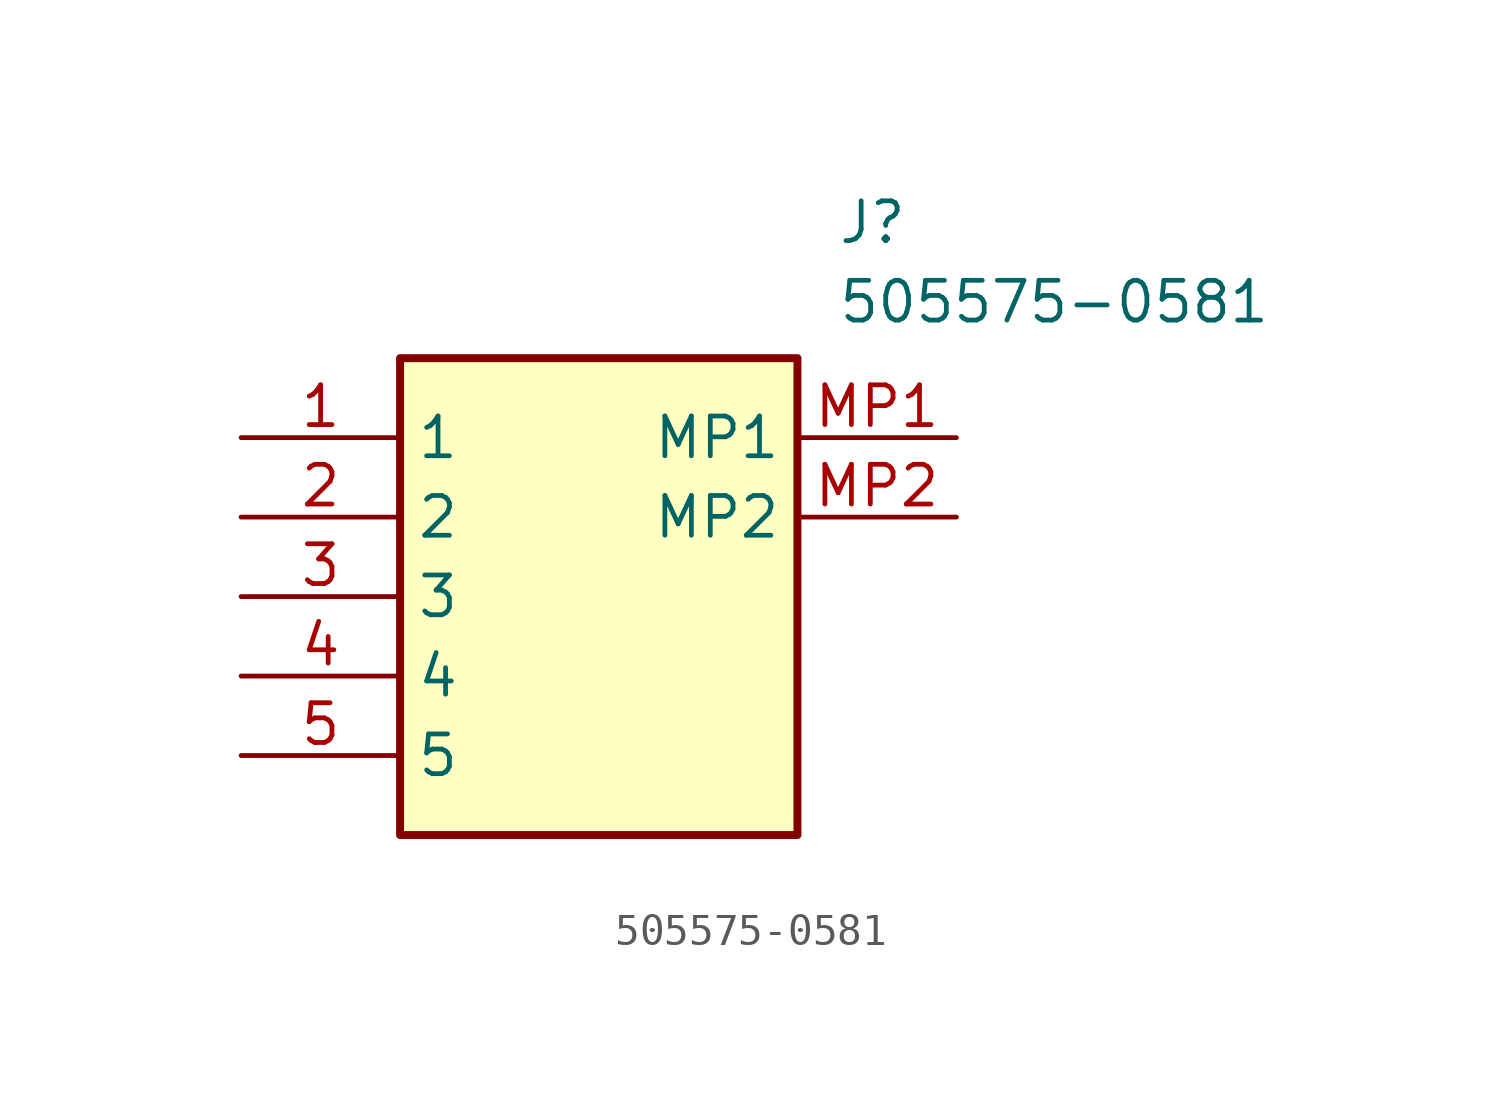
<source format=kicad_sym>
(kicad_symbol_lib
  (version 20211014)
  (generator SamacSys_ECAD_Model)
  (symbol "505575-0581"
    (property "Reference" "J"
      (at 19.05 7.62 0)
      (effects (font (size 1.27 1.27)) (justify left top)))
    (property "Value" "505575-0581"
      (at 19.05 5.08 0)
      (effects (font (size 1.27 1.27)) (justify left top)))
    (rectangle
      (start 5.08 2.54)
      (end 17.78 -12.7)
      (stroke (width 0.254) (type default))
      (fill (type background)))
    (pin passive line
      (at 0 0 0)
      (length 5.08)
      (name "1" (effects (font (size 1.27 1.27))))
      (number "1" (effects (font (size 1.27 1.27)))))
    (pin passive line
      (at 0 -2.54 0)
      (length 5.08)
      (name "2" (effects (font (size 1.27 1.27))))
      (number "2" (effects (font (size 1.27 1.27)))))
    (pin passive line
      (at 0 -5.08 0)
      (length 5.08)
      (name "3" (effects (font (size 1.27 1.27))))
      (number "3" (effects (font (size 1.27 1.27)))))
    (pin passive line
      (at 0 -7.62 0)
      (length 5.08)
      (name "4" (effects (font (size 1.27 1.27))))
      (number "4" (effects (font (size 1.27 1.27)))))
    (pin passive line
      (at 0 -10.16 0)
      (length 5.08)
      (name "5" (effects (font (size 1.27 1.27))))
      (number "5" (effects (font (size 1.27 1.27)))))
    (pin passive line
      (at 22.86 0 180)
      (length 5.08)
      (name "MP1" (effects (font (size 1.27 1.27))))
      (number "MP1" (effects (font (size 1.27 1.27)))))
    (pin passive line
      (at 22.86 -2.54 180)
      (length 5.08)
      (name "MP2" (effects (font (size 1.27 1.27))))
      (number "MP2" (effects (font (size 1.27 1.27)))))))
</source>
